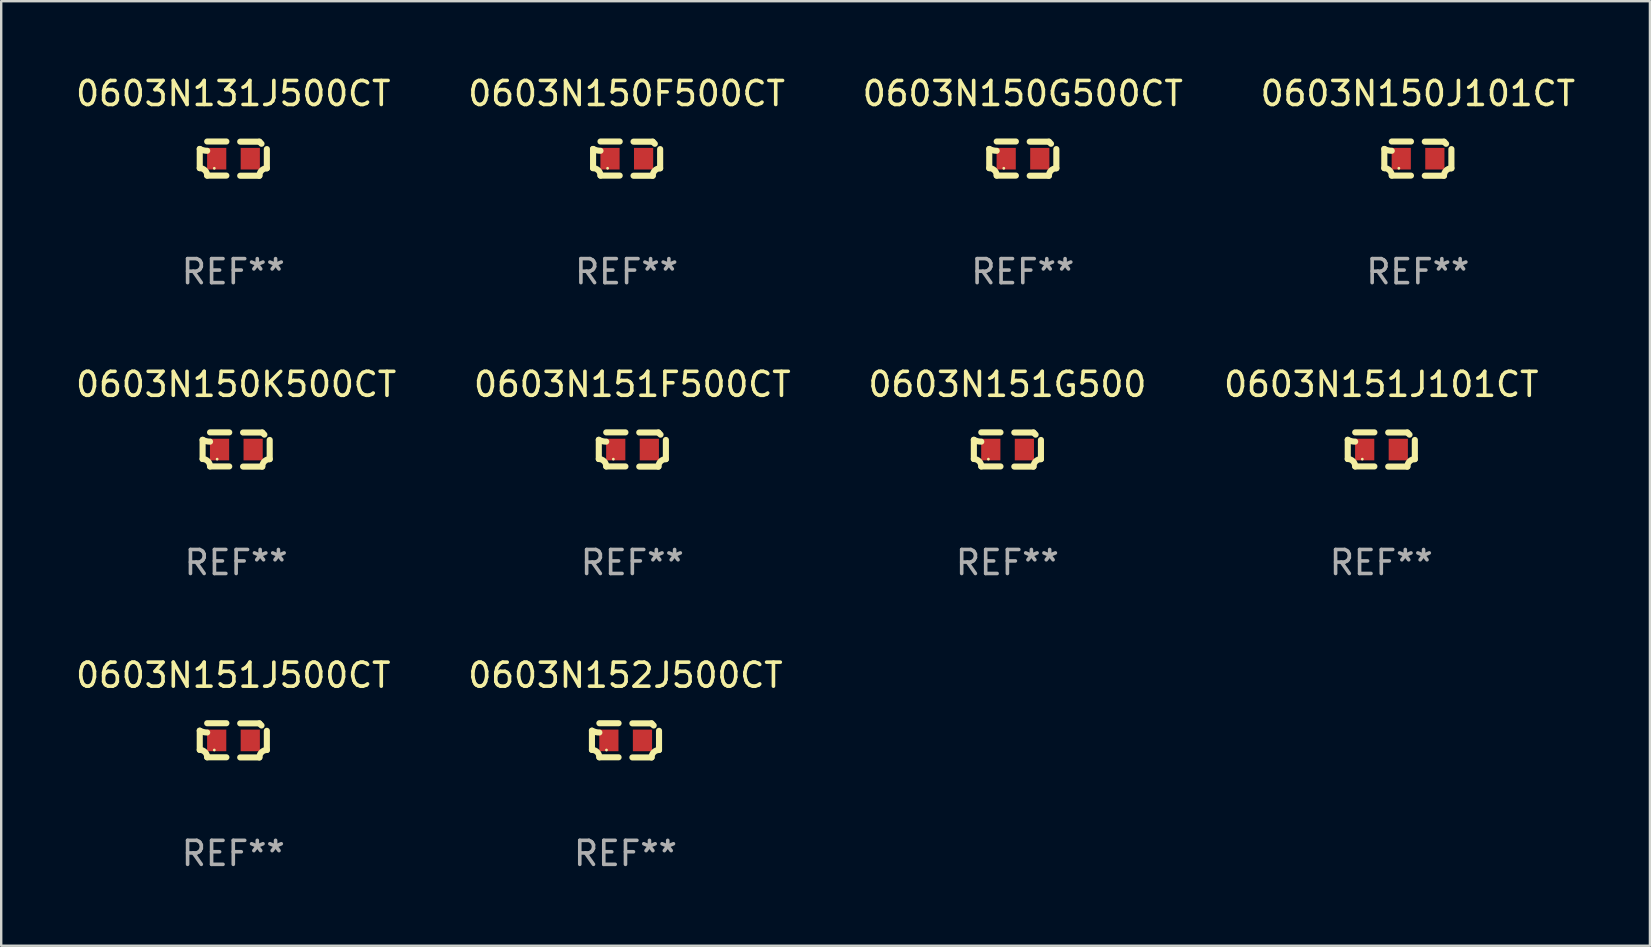
<source format=kicad_pcb>
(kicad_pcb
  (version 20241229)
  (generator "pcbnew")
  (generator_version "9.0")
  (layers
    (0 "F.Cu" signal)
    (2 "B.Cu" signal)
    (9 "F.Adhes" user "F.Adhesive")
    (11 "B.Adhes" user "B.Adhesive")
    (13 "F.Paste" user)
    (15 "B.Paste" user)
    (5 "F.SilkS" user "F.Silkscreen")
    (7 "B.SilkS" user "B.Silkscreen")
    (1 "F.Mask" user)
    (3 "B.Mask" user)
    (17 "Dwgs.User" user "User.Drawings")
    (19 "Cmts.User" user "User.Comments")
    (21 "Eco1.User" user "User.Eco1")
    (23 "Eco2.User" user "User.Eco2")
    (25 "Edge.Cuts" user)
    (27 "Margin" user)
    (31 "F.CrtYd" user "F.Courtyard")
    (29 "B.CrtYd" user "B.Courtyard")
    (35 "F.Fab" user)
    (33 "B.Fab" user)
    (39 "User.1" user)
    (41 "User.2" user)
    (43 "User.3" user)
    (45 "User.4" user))
  (footprint "0603N151J500CT"
    (layer "F.Cu")
    (at 6.673 27.805)
    (property "Reference" "0603N151J500CT" (at 0 -2.713 0) (layer "F.SilkS") (effects (font (size 1 1) (thickness 0.15))))
    (attr through_hole)
    (fp_line (start -1.398 -0.403) (end -1.398 0.397) (stroke (width 0.254) (type solid)) (layer "F.SilkS"))
    (fp_line (start -0.288 -0.713) (end -1.088 -0.713) (stroke (width 0.254) (type solid)) (layer "F.SilkS"))
    (fp_line (start -0.288 0.707) (end -1.088 0.707) (stroke (width 0.254) (type solid)) (layer "F.SilkS"))
    (fp_line (start 0.288 -0.707) (end 1.088 -0.707) (stroke (width 0.254) (type solid)) (layer "F.SilkS"))
    (fp_line (start 0.288 0.713) (end 1.088 0.713) (stroke (width 0.254) (type solid)) (layer "F.SilkS"))
    (fp_line (start 1.398 -0.397) (end 1.398 0.403) (stroke (width 0.254) (type solid)) (layer "F.SilkS"))
    (fp_arc (start -1.397789 0.397066) (mid -1.178701 0.487826) (end -1.08796 0.706922) (stroke (width 0.254001) (type solid)) (layer "F.SilkS"))
    (fp_arc (start -1.08796 -0.327176) (mid -1.247436 -0.346384) (end -1.39779 -0.402908) (stroke (width 0.254001) (type solid)) (layer "F.SilkS"))
    (fp_arc (start 1.087909 0.712738) (mid 1.178656 0.493655) (end 1.397739 0.402908) (stroke (width 0.254001) (type solid)) (layer "F.SilkS"))
    (fp_arc (start 1.175925 -0.618926) (mid 1.131917 -0.662923) (end 1.08791 -0.706922) (stroke (width 0.254001) (type solid)) (layer "F.SilkS"))
    (fp_circle (center -0.792 0.403) (end -0.762 0.403) (stroke (width 0.06) (type solid)) (fill no) (layer "F.SilkS"))
    (fp_text user "REF**" (at 0 4.713 0) (layer "F.Fab") (effects (font (size 1 1) (thickness 0.15))))
    (pad "1" smd rect (at -0.692 0.003) (size 0.8 0.9) (layers "F.Cu" "F.Mask" "F.Paste"))
    (pad "2" smd rect (at 0.708 0.003) (size 0.8 0.9) (layers "F.Cu" "F.Mask" "F.Paste")))
  (footprint "0603N151F500CT"
    (layer "F.Cu")
    (at 23.304 15.683)
    (property "Reference" "0603N151F500CT" (at 0 -2.713 0) (layer "F.SilkS") (effects (font (size 1 1) (thickness 0.15))))
    (attr through_hole)
    (fp_line (start -1.398 -0.403) (end -1.398 0.397) (stroke (width 0.254) (type solid)) (layer "F.SilkS"))
    (fp_line (start -0.288 -0.713) (end -1.088 -0.713) (stroke (width 0.254) (type solid)) (layer "F.SilkS"))
    (fp_line (start -0.288 0.707) (end -1.088 0.707) (stroke (width 0.254) (type solid)) (layer "F.SilkS"))
    (fp_line (start 0.288 -0.707) (end 1.088 -0.707) (stroke (width 0.254) (type solid)) (layer "F.SilkS"))
    (fp_line (start 0.288 0.713) (end 1.088 0.713) (stroke (width 0.254) (type solid)) (layer "F.SilkS"))
    (fp_line (start 1.398 -0.397) (end 1.398 0.403) (stroke (width 0.254) (type solid)) (layer "F.SilkS"))
    (fp_arc (start -1.397789 0.397066) (mid -1.178701 0.487826) (end -1.08796 0.706922) (stroke (width 0.254001) (type solid)) (layer "F.SilkS"))
    (fp_arc (start -1.08796 -0.327176) (mid -1.247436 -0.346384) (end -1.39779 -0.402908) (stroke (width 0.254001) (type solid)) (layer "F.SilkS"))
    (fp_arc (start 1.087909 0.712738) (mid 1.178656 0.493655) (end 1.397739 0.402908) (stroke (width 0.254001) (type solid)) (layer "F.SilkS"))
    (fp_arc (start 1.175925 -0.618926) (mid 1.131917 -0.662923) (end 1.08791 -0.706922) (stroke (width 0.254001) (type solid)) (layer "F.SilkS"))
    (fp_circle (center -0.792 0.403) (end -0.762 0.403) (stroke (width 0.06) (type solid)) (fill no) (layer "F.SilkS"))
    (fp_text user "REF**" (at 0 4.713 0) (layer "F.Fab") (effects (font (size 1 1) (thickness 0.15))))
    (pad "1" smd rect (at -0.692 0.003) (size 0.8 0.9) (layers "F.Cu" "F.Mask" "F.Paste"))
    (pad "2" smd rect (at 0.708 0.003) (size 0.8 0.9) (layers "F.Cu" "F.Mask" "F.Paste")))
  (footprint "0603N152J500CT"
    (layer "F.Cu")
    (at 23.018 27.805)
    (property "Reference" "0603N152J500CT" (at 0 -2.713 0) (layer "F.SilkS") (effects (font (size 1 1) (thickness 0.15))))
    (attr through_hole)
    (fp_line (start -1.398 -0.403) (end -1.398 0.397) (stroke (width 0.254) (type solid)) (layer "F.SilkS"))
    (fp_line (start -0.288 -0.713) (end -1.088 -0.713) (stroke (width 0.254) (type solid)) (layer "F.SilkS"))
    (fp_line (start -0.288 0.707) (end -1.088 0.707) (stroke (width 0.254) (type solid)) (layer "F.SilkS"))
    (fp_line (start 0.288 -0.707) (end 1.088 -0.707) (stroke (width 0.254) (type solid)) (layer "F.SilkS"))
    (fp_line (start 0.288 0.713) (end 1.088 0.713) (stroke (width 0.254) (type solid)) (layer "F.SilkS"))
    (fp_line (start 1.398 -0.397) (end 1.398 0.403) (stroke (width 0.254) (type solid)) (layer "F.SilkS"))
    (fp_arc (start -1.397789 0.397066) (mid -1.178701 0.487826) (end -1.08796 0.706922) (stroke (width 0.254001) (type solid)) (layer "F.SilkS"))
    (fp_arc (start -1.08796 -0.327176) (mid -1.247436 -0.346384) (end -1.39779 -0.402908) (stroke (width 0.254001) (type solid)) (layer "F.SilkS"))
    (fp_arc (start 1.087909 0.712738) (mid 1.178656 0.493655) (end 1.397739 0.402908) (stroke (width 0.254001) (type solid)) (layer "F.SilkS"))
    (fp_arc (start 1.175925 -0.618926) (mid 1.131917 -0.662923) (end 1.08791 -0.706922) (stroke (width 0.254001) (type solid)) (layer "F.SilkS"))
    (fp_circle (center -0.792 0.403) (end -0.762 0.403) (stroke (width 0.06) (type solid)) (fill no) (layer "F.SilkS"))
    (fp_text user "REF**" (at 0 4.713 0) (layer "F.Fab") (effects (font (size 1 1) (thickness 0.15))))
    (pad "1" smd rect (at -0.692 0.003) (size 0.8 0.9) (layers "F.Cu" "F.Mask" "F.Paste"))
    (pad "2" smd rect (at 0.708 0.003) (size 0.8 0.9) (layers "F.Cu" "F.Mask" "F.Paste")))
  (footprint "0603N150J101CT"
    (layer "F.Cu")
    (at 56.042 3.561)
    (property "Reference" "0603N150J101CT" (at 0 -2.713 0) (layer "F.SilkS") (effects (font (size 1 1) (thickness 0.15))))
    (attr through_hole)
    (fp_line (start -1.398 -0.403) (end -1.398 0.397) (stroke (width 0.254) (type solid)) (layer "F.SilkS"))
    (fp_line (start -0.288 -0.713) (end -1.088 -0.713) (stroke (width 0.254) (type solid)) (layer "F.SilkS"))
    (fp_line (start -0.288 0.707) (end -1.088 0.707) (stroke (width 0.254) (type solid)) (layer "F.SilkS"))
    (fp_line (start 0.288 -0.707) (end 1.088 -0.707) (stroke (width 0.254) (type solid)) (layer "F.SilkS"))
    (fp_line (start 0.288 0.713) (end 1.088 0.713) (stroke (width 0.254) (type solid)) (layer "F.SilkS"))
    (fp_line (start 1.398 -0.397) (end 1.398 0.403) (stroke (width 0.254) (type solid)) (layer "F.SilkS"))
    (fp_arc (start -1.397789 0.397066) (mid -1.178701 0.487826) (end -1.08796 0.706922) (stroke (width 0.254001) (type solid)) (layer "F.SilkS"))
    (fp_arc (start -1.08796 -0.327176) (mid -1.247436 -0.346384) (end -1.39779 -0.402908) (stroke (width 0.254001) (type solid)) (layer "F.SilkS"))
    (fp_arc (start 1.087909 0.712738) (mid 1.178656 0.493655) (end 1.397739 0.402908) (stroke (width 0.254001) (type solid)) (layer "F.SilkS"))
    (fp_arc (start 1.175925 -0.618926) (mid 1.131917 -0.662923) (end 1.08791 -0.706922) (stroke (width 0.254001) (type solid)) (layer "F.SilkS"))
    (fp_circle (center -0.792 0.403) (end -0.762 0.403) (stroke (width 0.06) (type solid)) (fill no) (layer "F.SilkS"))
    (fp_text user "REF**" (at 0 4.713 0) (layer "F.Fab") (effects (font (size 1 1) (thickness 0.15))))
    (pad "1" smd rect (at -0.692 0.003) (size 0.8 0.9) (layers "F.Cu" "F.Mask" "F.Paste"))
    (pad "2" smd rect (at 0.708 0.003) (size 0.8 0.9) (layers "F.Cu" "F.Mask" "F.Paste")))
  (footprint "0603N131J500CT"
    (layer "F.Cu")
    (at 6.673 3.561)
    (property "Reference" "0603N131J500CT" (at 0 -2.713 0) (layer "F.SilkS") (effects (font (size 1 1) (thickness 0.15))))
    (attr through_hole)
    (fp_line (start -1.398 -0.403) (end -1.398 0.397) (stroke (width 0.254) (type solid)) (layer "F.SilkS"))
    (fp_line (start -0.288 -0.713) (end -1.088 -0.713) (stroke (width 0.254) (type solid)) (layer "F.SilkS"))
    (fp_line (start -0.288 0.707) (end -1.088 0.707) (stroke (width 0.254) (type solid)) (layer "F.SilkS"))
    (fp_line (start 0.288 -0.707) (end 1.088 -0.707) (stroke (width 0.254) (type solid)) (layer "F.SilkS"))
    (fp_line (start 0.288 0.713) (end 1.088 0.713) (stroke (width 0.254) (type solid)) (layer "F.SilkS"))
    (fp_line (start 1.398 -0.397) (end 1.398 0.403) (stroke (width 0.254) (type solid)) (layer "F.SilkS"))
    (fp_arc (start -1.397789 0.397066) (mid -1.178701 0.487826) (end -1.08796 0.706922) (stroke (width 0.254001) (type solid)) (layer "F.SilkS"))
    (fp_arc (start -1.08796 -0.327176) (mid -1.247436 -0.346384) (end -1.39779 -0.402908) (stroke (width 0.254001) (type solid)) (layer "F.SilkS"))
    (fp_arc (start 1.087909 0.712738) (mid 1.178656 0.493655) (end 1.397739 0.402908) (stroke (width 0.254001) (type solid)) (layer "F.SilkS"))
    (fp_arc (start 1.175925 -0.618926) (mid 1.131917 -0.662923) (end 1.08791 -0.706922) (stroke (width 0.254001) (type solid)) (layer "F.SilkS"))
    (fp_circle (center -0.792 0.403) (end -0.762 0.403) (stroke (width 0.06) (type solid)) (fill no) (layer "F.SilkS"))
    (fp_text user "REF**" (at 0 4.713 0) (layer "F.Fab") (effects (font (size 1 1) (thickness 0.15))))
    (pad "1" smd rect (at -0.692 0.003) (size 0.8 0.9) (layers "F.Cu" "F.Mask" "F.Paste"))
    (pad "2" smd rect (at 0.708 0.003) (size 0.8 0.9) (layers "F.Cu" "F.Mask" "F.Paste")))
  (footprint "0603N151G500"
    (layer "F.Cu")
    (at 38.935 15.683)
    (property "Reference" "0603N151G500" (at 0 -2.713 0) (layer "F.SilkS") (effects (font (size 1 1) (thickness 0.15))))
    (attr through_hole)
    (fp_line (start -1.398 -0.403) (end -1.398 0.397) (stroke (width 0.254) (type solid)) (layer "F.SilkS"))
    (fp_line (start -0.288 -0.713) (end -1.088 -0.713) (stroke (width 0.254) (type solid)) (layer "F.SilkS"))
    (fp_line (start -0.288 0.707) (end -1.088 0.707) (stroke (width 0.254) (type solid)) (layer "F.SilkS"))
    (fp_line (start 0.288 -0.707) (end 1.088 -0.707) (stroke (width 0.254) (type solid)) (layer "F.SilkS"))
    (fp_line (start 0.288 0.713) (end 1.088 0.713) (stroke (width 0.254) (type solid)) (layer "F.SilkS"))
    (fp_line (start 1.398 -0.397) (end 1.398 0.403) (stroke (width 0.254) (type solid)) (layer "F.SilkS"))
    (fp_arc (start -1.397789 0.397066) (mid -1.178701 0.487826) (end -1.08796 0.706922) (stroke (width 0.254001) (type solid)) (layer "F.SilkS"))
    (fp_arc (start -1.08796 -0.327176) (mid -1.247436 -0.346384) (end -1.39779 -0.402908) (stroke (width 0.254001) (type solid)) (layer "F.SilkS"))
    (fp_arc (start 1.087909 0.712738) (mid 1.178656 0.493655) (end 1.397739 0.402908) (stroke (width 0.254001) (type solid)) (layer "F.SilkS"))
    (fp_arc (start 1.175925 -0.618926) (mid 1.131917 -0.662923) (end 1.08791 -0.706922) (stroke (width 0.254001) (type solid)) (layer "F.SilkS"))
    (fp_circle (center -0.792 0.403) (end -0.762 0.403) (stroke (width 0.06) (type solid)) (fill no) (layer "F.SilkS"))
    (fp_text user "REF**" (at 0 4.713 0) (layer "F.Fab") (effects (font (size 1 1) (thickness 0.15))))
    (pad "1" smd rect (at -0.692 0.003) (size 0.8 0.9) (layers "F.Cu" "F.Mask" "F.Paste"))
    (pad "2" smd rect (at 0.708 0.003) (size 0.8 0.9) (layers "F.Cu" "F.Mask" "F.Paste")))
  (footprint "0603N151J101CT"
    (layer "F.Cu")
    (at 54.518 15.683)
    (property "Reference" "0603N151J101CT" (at 0 -2.713 0) (layer "F.SilkS") (effects (font (size 1 1) (thickness 0.15))))
    (attr through_hole)
    (fp_line (start -1.398 -0.403) (end -1.398 0.397) (stroke (width 0.254) (type solid)) (layer "F.SilkS"))
    (fp_line (start -0.288 -0.713) (end -1.088 -0.713) (stroke (width 0.254) (type solid)) (layer "F.SilkS"))
    (fp_line (start -0.288 0.707) (end -1.088 0.707) (stroke (width 0.254) (type solid)) (layer "F.SilkS"))
    (fp_line (start 0.288 -0.707) (end 1.088 -0.707) (stroke (width 0.254) (type solid)) (layer "F.SilkS"))
    (fp_line (start 0.288 0.713) (end 1.088 0.713) (stroke (width 0.254) (type solid)) (layer "F.SilkS"))
    (fp_line (start 1.398 -0.397) (end 1.398 0.403) (stroke (width 0.254) (type solid)) (layer "F.SilkS"))
    (fp_arc (start -1.397789 0.397066) (mid -1.178701 0.487826) (end -1.08796 0.706922) (stroke (width 0.254001) (type solid)) (layer "F.SilkS"))
    (fp_arc (start -1.08796 -0.327176) (mid -1.247436 -0.346384) (end -1.39779 -0.402908) (stroke (width 0.254001) (type solid)) (layer "F.SilkS"))
    (fp_arc (start 1.087909 0.712738) (mid 1.178656 0.493655) (end 1.397739 0.402908) (stroke (width 0.254001) (type solid)) (layer "F.SilkS"))
    (fp_arc (start 1.175925 -0.618926) (mid 1.131917 -0.662923) (end 1.08791 -0.706922) (stroke (width 0.254001) (type solid)) (layer "F.SilkS"))
    (fp_circle (center -0.792 0.403) (end -0.762 0.403) (stroke (width 0.06) (type solid)) (fill no) (layer "F.SilkS"))
    (fp_text user "REF**" (at 0 4.713 0) (layer "F.Fab") (effects (font (size 1 1) (thickness 0.15))))
    (pad "1" smd rect (at -0.692 0.003) (size 0.8 0.9) (layers "F.Cu" "F.Mask" "F.Paste"))
    (pad "2" smd rect (at 0.708 0.003) (size 0.8 0.9) (layers "F.Cu" "F.Mask" "F.Paste")))
  (footprint "0603N150F500CT"
    (layer "F.Cu")
    (at 23.065 3.561)
    (property "Reference" "0603N150F500CT" (at 0 -2.713 0) (layer "F.SilkS") (effects (font (size 1 1) (thickness 0.15))))
    (attr through_hole)
    (fp_line (start -1.398 -0.403) (end -1.398 0.397) (stroke (width 0.254) (type solid)) (layer "F.SilkS"))
    (fp_line (start -0.288 -0.713) (end -1.088 -0.713) (stroke (width 0.254) (type solid)) (layer "F.SilkS"))
    (fp_line (start -0.288 0.707) (end -1.088 0.707) (stroke (width 0.254) (type solid)) (layer "F.SilkS"))
    (fp_line (start 0.288 -0.707) (end 1.088 -0.707) (stroke (width 0.254) (type solid)) (layer "F.SilkS"))
    (fp_line (start 0.288 0.713) (end 1.088 0.713) (stroke (width 0.254) (type solid)) (layer "F.SilkS"))
    (fp_line (start 1.398 -0.397) (end 1.398 0.403) (stroke (width 0.254) (type solid)) (layer "F.SilkS"))
    (fp_arc (start -1.397789 0.397066) (mid -1.178701 0.487826) (end -1.08796 0.706922) (stroke (width 0.254001) (type solid)) (layer "F.SilkS"))
    (fp_arc (start -1.08796 -0.327176) (mid -1.247436 -0.346384) (end -1.39779 -0.402908) (stroke (width 0.254001) (type solid)) (layer "F.SilkS"))
    (fp_arc (start 1.087909 0.712738) (mid 1.178656 0.493655) (end 1.397739 0.402908) (stroke (width 0.254001) (type solid)) (layer "F.SilkS"))
    (fp_arc (start 1.175925 -0.618926) (mid 1.131917 -0.662923) (end 1.08791 -0.706922) (stroke (width 0.254001) (type solid)) (layer "F.SilkS"))
    (fp_circle (center -0.792 0.403) (end -0.762 0.403) (stroke (width 0.06) (type solid)) (fill no) (layer "F.SilkS"))
    (fp_text user "REF**" (at 0 4.713 0) (layer "F.Fab") (effects (font (size 1 1) (thickness 0.15))))
    (pad "1" smd rect (at -0.692 0.003) (size 0.8 0.9) (layers "F.Cu" "F.Mask" "F.Paste"))
    (pad "2" smd rect (at 0.708 0.003) (size 0.8 0.9) (layers "F.Cu" "F.Mask" "F.Paste")))
  (footprint "0603N150G500CT"
    (layer "F.Cu")
    (at 39.577 3.561)
    (property "Reference" "0603N150G500CT" (at 0 -2.713 0) (layer "F.SilkS") (effects (font (size 1 1) (thickness 0.15))))
    (attr through_hole)
    (fp_line (start -1.398 -0.403) (end -1.398 0.397) (stroke (width 0.254) (type solid)) (layer "F.SilkS"))
    (fp_line (start -0.288 -0.713) (end -1.088 -0.713) (stroke (width 0.254) (type solid)) (layer "F.SilkS"))
    (fp_line (start -0.288 0.707) (end -1.088 0.707) (stroke (width 0.254) (type solid)) (layer "F.SilkS"))
    (fp_line (start 0.288 -0.707) (end 1.088 -0.707) (stroke (width 0.254) (type solid)) (layer "F.SilkS"))
    (fp_line (start 0.288 0.713) (end 1.088 0.713) (stroke (width 0.254) (type solid)) (layer "F.SilkS"))
    (fp_line (start 1.398 -0.397) (end 1.398 0.403) (stroke (width 0.254) (type solid)) (layer "F.SilkS"))
    (fp_arc (start -1.397789 0.397066) (mid -1.178701 0.487826) (end -1.08796 0.706922) (stroke (width 0.254001) (type solid)) (layer "F.SilkS"))
    (fp_arc (start -1.08796 -0.327176) (mid -1.247436 -0.346384) (end -1.39779 -0.402908) (stroke (width 0.254001) (type solid)) (layer "F.SilkS"))
    (fp_arc (start 1.087909 0.712738) (mid 1.178656 0.493655) (end 1.397739 0.402908) (stroke (width 0.254001) (type solid)) (layer "F.SilkS"))
    (fp_arc (start 1.175925 -0.618926) (mid 1.131917 -0.662923) (end 1.08791 -0.706922) (stroke (width 0.254001) (type solid)) (layer "F.SilkS"))
    (fp_circle (center -0.792 0.403) (end -0.762 0.403) (stroke (width 0.06) (type solid)) (fill no) (layer "F.SilkS"))
    (fp_text user "REF**" (at 0 4.713 0) (layer "F.Fab") (effects (font (size 1 1) (thickness 0.15))))
    (pad "1" smd rect (at -0.692 0.003) (size 0.8 0.9) (layers "F.Cu" "F.Mask" "F.Paste"))
    (pad "2" smd rect (at 0.708 0.003) (size 0.8 0.9) (layers "F.Cu" "F.Mask" "F.Paste")))
  (footprint "0603N150K500CT"
    (layer "F.Cu")
    (at 6.792 15.683)
    (property "Reference" "0603N150K500CT" (at 0 -2.713 0) (layer "F.SilkS") (effects (font (size 1 1) (thickness 0.15))))
    (attr through_hole)
    (fp_line (start -1.398 -0.403) (end -1.398 0.397) (stroke (width 0.254) (type solid)) (layer "F.SilkS"))
    (fp_line (start -0.288 -0.713) (end -1.088 -0.713) (stroke (width 0.254) (type solid)) (layer "F.SilkS"))
    (fp_line (start -0.288 0.707) (end -1.088 0.707) (stroke (width 0.254) (type solid)) (layer "F.SilkS"))
    (fp_line (start 0.288 -0.707) (end 1.088 -0.707) (stroke (width 0.254) (type solid)) (layer "F.SilkS"))
    (fp_line (start 0.288 0.713) (end 1.088 0.713) (stroke (width 0.254) (type solid)) (layer "F.SilkS"))
    (fp_line (start 1.398 -0.397) (end 1.398 0.403) (stroke (width 0.254) (type solid)) (layer "F.SilkS"))
    (fp_arc (start -1.397789 0.397066) (mid -1.178701 0.487826) (end -1.08796 0.706922) (stroke (width 0.254001) (type solid)) (layer "F.SilkS"))
    (fp_arc (start -1.08796 -0.327176) (mid -1.247436 -0.346384) (end -1.39779 -0.402908) (stroke (width 0.254001) (type solid)) (layer "F.SilkS"))
    (fp_arc (start 1.087909 0.712738) (mid 1.178656 0.493655) (end 1.397739 0.402908) (stroke (width 0.254001) (type solid)) (layer "F.SilkS"))
    (fp_arc (start 1.175925 -0.618926) (mid 1.131917 -0.662923) (end 1.08791 -0.706922) (stroke (width 0.254001) (type solid)) (layer "F.SilkS"))
    (fp_circle (center -0.792 0.403) (end -0.762 0.403) (stroke (width 0.06) (type solid)) (fill no) (layer "F.SilkS"))
    (fp_text user "REF**" (at 0 4.713 0) (layer "F.Fab") (effects (font (size 1 1) (thickness 0.15))))
    (pad "1" smd rect (at -0.692 0.003) (size 0.8 0.9) (layers "F.Cu" "F.Mask" "F.Paste"))
    (pad "2" smd rect (at 0.708 0.003) (size 0.8 0.9) (layers "F.Cu" "F.Mask" "F.Paste")))
  (gr_rect
    (start -3 -3)
    (end 65.714 36.366)
    (stroke (width 0.1) (type default))
    (fill no)
    (layer "Edge.Cuts")))
</source>
